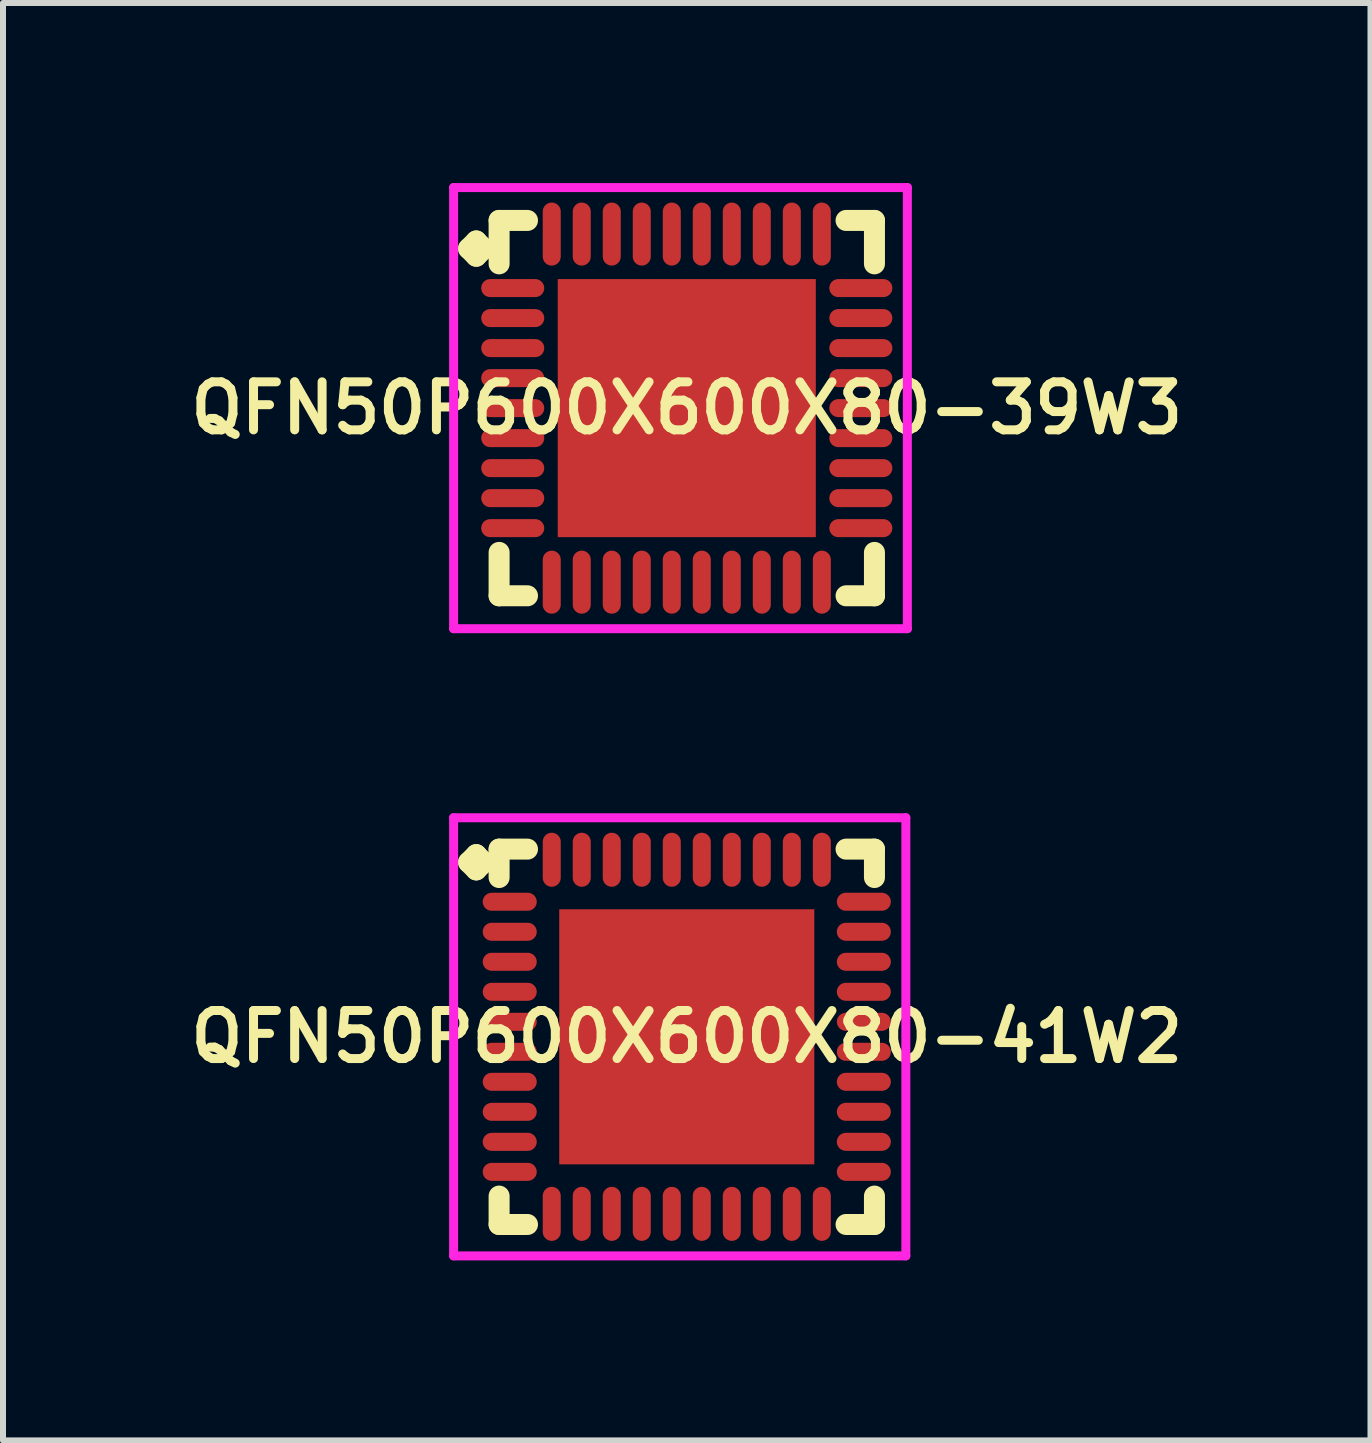
<source format=kicad_pcb>
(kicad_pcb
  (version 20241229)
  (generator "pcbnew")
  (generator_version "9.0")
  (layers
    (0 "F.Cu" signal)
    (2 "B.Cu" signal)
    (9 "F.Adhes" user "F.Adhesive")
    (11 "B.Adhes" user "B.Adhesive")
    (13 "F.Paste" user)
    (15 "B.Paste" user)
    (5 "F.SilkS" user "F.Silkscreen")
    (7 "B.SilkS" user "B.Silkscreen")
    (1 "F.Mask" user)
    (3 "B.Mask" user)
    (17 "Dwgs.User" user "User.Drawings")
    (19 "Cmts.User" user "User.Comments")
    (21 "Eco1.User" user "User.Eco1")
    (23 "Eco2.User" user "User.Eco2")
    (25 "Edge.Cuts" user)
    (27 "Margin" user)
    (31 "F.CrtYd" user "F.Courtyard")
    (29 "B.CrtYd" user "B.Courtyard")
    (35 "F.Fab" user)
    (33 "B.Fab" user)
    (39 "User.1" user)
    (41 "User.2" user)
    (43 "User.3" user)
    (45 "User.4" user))
  (footprint "QFN50P600X600X80-39W3"
    (layer "F.Cu")
    (at 8.393 3.75)
    (property "Reference" "QFN50P600X600X80-39W3" (at 0 0 0) (layer "F.SilkS") (effects (font (size 0.8 0.8) (thickness 0.15))))
    (attr smd)
    (fp_line (start -3.635 -2.658) (end -3.508 -2.785) (stroke (width 0.35) (type solid)) (layer "F.SilkS"))
    (fp_line (start -3.508 -2.785) (end -3.381 -2.658) (stroke (width 0.35) (type solid)) (layer "F.SilkS"))
    (fp_line (start -3.508 -2.531) (end -3.635 -2.658) (stroke (width 0.35) (type solid)) (layer "F.SilkS"))
    (fp_line (start -3.381 -2.658) (end -3.508 -2.531) (stroke (width 0.35) (type solid)) (layer "F.SilkS"))
    (fp_line (start -3.127 -3.127) (end -2.654 -3.127) (stroke (width 0.35) (type solid)) (layer "F.SilkS"))
    (fp_line (start -3.127 -2.404) (end -3.127 -3.127) (stroke (width 0.35) (type solid)) (layer "F.SilkS"))
    (fp_line (start -3.127 2.404) (end -3.127 3.127) (stroke (width 0.35) (type solid)) (layer "F.SilkS"))
    (fp_line (start -3.127 3.127) (end -2.654 3.127) (stroke (width 0.35) (type solid)) (layer "F.SilkS"))
    (fp_line (start 2.654 -3.127) (end 3.127 -3.127) (stroke (width 0.35) (type solid)) (layer "F.SilkS"))
    (fp_line (start 2.654 3.127) (end 3.127 3.127) (stroke (width 0.35) (type solid)) (layer "F.SilkS"))
    (fp_line (start 3.127 -3.127) (end 3.127 -2.404) (stroke (width 0.35) (type solid)) (layer "F.SilkS"))
    (fp_line (start 3.127 3.127) (end 3.127 2.404) (stroke (width 0.35) (type solid)) (layer "F.SilkS"))
    (fp_line (start -3.885 -3.675) (end 3.675 -3.675) (stroke (width 0.15) (type solid)) (layer "F.CrtYd"))
    (fp_line (start -3.885 3.675) (end -3.885 -3.675) (stroke (width 0.15) (type solid)) (layer "F.CrtYd"))
    (fp_line (start 3.675 -3.675) (end 3.675 3.675) (stroke (width 0.15) (type solid)) (layer "F.CrtYd"))
    (fp_line (start 3.675 3.675) (end -3.885 3.675) (stroke (width 0.15) (type solid)) (layer "F.CrtYd"))
    (pad "1" smd oval (at -2.9 -2) (size 1.05 0.3) (layers "F.Cu" "F.Mask" "F.Paste"))
    (pad "2" smd oval (at -2.9 -1.5) (size 1.05 0.3) (layers "F.Cu" "F.Mask" "F.Paste"))
    (pad "3" smd oval (at -2.9 -1) (size 1.05 0.3) (layers "F.Cu" "F.Mask" "F.Paste"))
    (pad "4" smd oval (at -2.9 -0.5) (size 1.05 0.3) (layers "F.Cu" "F.Mask" "F.Paste"))
    (pad "5" smd oval (at -2.9 0) (size 1.05 0.3) (layers "F.Cu" "F.Mask" "F.Paste"))
    (pad "6" smd oval (at -2.9 0.5) (size 1.05 0.3) (layers "F.Cu" "F.Mask" "F.Paste"))
    (pad "7" smd oval (at -2.9 1) (size 1.05 0.3) (layers "F.Cu" "F.Mask" "F.Paste"))
    (pad "8" smd oval (at -2.9 1.5) (size 1.05 0.3) (layers "F.Cu" "F.Mask" "F.Paste"))
    (pad "9" smd oval (at -2.9 2) (size 1.05 0.3) (layers "F.Cu" "F.Mask" "F.Paste"))
    (pad "10" smd oval (at -2.25 2.9) (size 0.3 1.05) (layers "F.Cu" "F.Mask" "F.Paste"))
    (pad "11" smd oval (at -1.75 2.9) (size 0.3 1.05) (layers "F.Cu" "F.Mask" "F.Paste"))
    (pad "12" smd oval (at -1.25 2.9) (size 0.3 1.05) (layers "F.Cu" "F.Mask" "F.Paste"))
    (pad "13" smd oval (at -0.75 2.9) (size 0.3 1.05) (layers "F.Cu" "F.Mask" "F.Paste"))
    (pad "14" smd oval (at -0.25 2.9) (size 0.3 1.05) (layers "F.Cu" "F.Mask" "F.Paste"))
    (pad "15" smd oval (at 0.25 2.9) (size 0.3 1.05) (layers "F.Cu" "F.Mask" "F.Paste"))
    (pad "16" smd oval (at 0.75 2.9) (size 0.3 1.05) (layers "F.Cu" "F.Mask" "F.Paste"))
    (pad "17" smd oval (at 1.25 2.9) (size 0.3 1.05) (layers "F.Cu" "F.Mask" "F.Paste"))
    (pad "18" smd oval (at 1.75 2.9) (size 0.3 1.05) (layers "F.Cu" "F.Mask" "F.Paste"))
    (pad "19" smd oval (at 2.25 2.9) (size 0.3 1.05) (layers "F.Cu" "F.Mask" "F.Paste"))
    (pad "20" smd oval (at 2.9 2) (size 1.05 0.3) (layers "F.Cu" "F.Mask" "F.Paste"))
    (pad "21" smd oval (at 2.9 1.5) (size 1.05 0.3) (layers "F.Cu" "F.Mask" "F.Paste"))
    (pad "22" smd oval (at 2.9 1) (size 1.05 0.3) (layers "F.Cu" "F.Mask" "F.Paste"))
    (pad "23" smd oval (at 2.9 0.5) (size 1.05 0.3) (layers "F.Cu" "F.Mask" "F.Paste"))
    (pad "24" smd oval (at 2.9 0) (size 1.05 0.3) (layers "F.Cu" "F.Mask" "F.Paste"))
    (pad "25" smd oval (at 2.9 -0.5) (size 1.05 0.3) (layers "F.Cu" "F.Mask" "F.Paste"))
    (pad "26" smd oval (at 2.9 -1) (size 1.05 0.3) (layers "F.Cu" "F.Mask" "F.Paste"))
    (pad "27" smd oval (at 2.9 -1.5) (size 1.05 0.3) (layers "F.Cu" "F.Mask" "F.Paste"))
    (pad "28" smd oval (at 2.9 -2) (size 1.05 0.3) (layers "F.Cu" "F.Mask" "F.Paste"))
    (pad "29" smd oval (at 2.25 -2.9) (size 0.3 1.05) (layers "F.Cu" "F.Mask" "F.Paste"))
    (pad "30" smd oval (at 1.75 -2.9) (size 0.3 1.05) (layers "F.Cu" "F.Mask" "F.Paste"))
    (pad "31" smd oval (at 1.25 -2.9) (size 0.3 1.05) (layers "F.Cu" "F.Mask" "F.Paste"))
    (pad "32" smd oval (at 0.75 -2.9) (size 0.3 1.05) (layers "F.Cu" "F.Mask" "F.Paste"))
    (pad "33" smd oval (at 0.25 -2.9) (size 0.3 1.05) (layers "F.Cu" "F.Mask" "F.Paste"))
    (pad "34" smd oval (at -0.25 -2.9) (size 0.3 1.05) (layers "F.Cu" "F.Mask" "F.Paste"))
    (pad "35" smd oval (at -0.75 -2.9) (size 0.3 1.05) (layers "F.Cu" "F.Mask" "F.Paste"))
    (pad "36" smd oval (at -1.25 -2.9) (size 0.3 1.05) (layers "F.Cu" "F.Mask" "F.Paste"))
    (pad "37" smd oval (at -1.75 -2.9) (size 0.3 1.05) (layers "F.Cu" "F.Mask" "F.Paste"))
    (pad "38" smd oval (at -2.25 -2.9) (size 0.3 1.05) (layers "F.Cu" "F.Mask" "F.Paste"))
    (pad "39" smd rect (at 0 0) (size 4.3 4.3) (layers "F.Cu" "F.Mask" "F.Paste")))
  (footprint "QFN50P600X600X80-41W2"
    (layer "F.Cu")
    (at 8.393 14.225)
    (property "Reference" "QFN50P600X600X80-41W2" (at 0 0 0) (layer "F.SilkS") (effects (font (size 0.8 0.8) (thickness 0.15))))
    (attr smd)
    (fp_line (start -3.635 -2.908) (end -3.508 -3.035) (stroke (width 0.35) (type solid)) (layer "F.SilkS"))
    (fp_line (start -3.508 -3.035) (end -3.381 -2.908) (stroke (width 0.35) (type solid)) (layer "F.SilkS"))
    (fp_line (start -3.508 -2.781) (end -3.635 -2.908) (stroke (width 0.35) (type solid)) (layer "F.SilkS"))
    (fp_line (start -3.381 -2.908) (end -3.508 -2.781) (stroke (width 0.35) (type solid)) (layer "F.SilkS"))
    (fp_line (start -3.127 -3.127) (end -2.654 -3.127) (stroke (width 0.35) (type solid)) (layer "F.SilkS"))
    (fp_line (start -3.127 -2.654) (end -3.127 -3.127) (stroke (width 0.35) (type solid)) (layer "F.SilkS"))
    (fp_line (start -3.127 2.654) (end -3.127 3.127) (stroke (width 0.35) (type solid)) (layer "F.SilkS"))
    (fp_line (start -3.127 3.127) (end -2.654 3.127) (stroke (width 0.35) (type solid)) (layer "F.SilkS"))
    (fp_line (start 2.654 -3.127) (end 3.127 -3.127) (stroke (width 0.35) (type solid)) (layer "F.SilkS"))
    (fp_line (start 2.654 3.127) (end 3.127 3.127) (stroke (width 0.35) (type solid)) (layer "F.SilkS"))
    (fp_line (start 3.127 -3.127) (end 3.127 -2.654) (stroke (width 0.35) (type solid)) (layer "F.SilkS"))
    (fp_line (start 3.127 3.127) (end 3.127 2.654) (stroke (width 0.35) (type solid)) (layer "F.SilkS"))
    (fp_line (start -3.885 -3.65) (end 3.65 -3.65) (stroke (width 0.15) (type solid)) (layer "F.CrtYd"))
    (fp_line (start -3.885 3.65) (end -3.885 -3.65) (stroke (width 0.15) (type solid)) (layer "F.CrtYd"))
    (fp_line (start 3.65 -3.65) (end 3.65 3.65) (stroke (width 0.15) (type solid)) (layer "F.CrtYd"))
    (fp_line (start 3.65 3.65) (end -3.885 3.65) (stroke (width 0.15) (type solid)) (layer "F.CrtYd"))
    (pad "1" smd oval (at -2.95 -2.25) (size 0.9 0.3) (layers "F.Cu" "F.Mask" "F.Paste"))
    (pad "2" smd oval (at -2.95 -1.75) (size 0.9 0.3) (layers "F.Cu" "F.Mask" "F.Paste"))
    (pad "3" smd oval (at -2.95 -1.25) (size 0.9 0.3) (layers "F.Cu" "F.Mask" "F.Paste"))
    (pad "4" smd oval (at -2.95 -0.75) (size 0.9 0.3) (layers "F.Cu" "F.Mask" "F.Paste"))
    (pad "5" smd oval (at -2.95 -0.25) (size 0.9 0.3) (layers "F.Cu" "F.Mask" "F.Paste"))
    (pad "6" smd oval (at -2.95 0.25) (size 0.9 0.3) (layers "F.Cu" "F.Mask" "F.Paste"))
    (pad "7" smd oval (at -2.95 0.75) (size 0.9 0.3) (layers "F.Cu" "F.Mask" "F.Paste"))
    (pad "8" smd oval (at -2.95 1.25) (size 0.9 0.3) (layers "F.Cu" "F.Mask" "F.Paste"))
    (pad "9" smd oval (at -2.95 1.75) (size 0.9 0.3) (layers "F.Cu" "F.Mask" "F.Paste"))
    (pad "10" smd oval (at -2.95 2.25) (size 0.9 0.3) (layers "F.Cu" "F.Mask" "F.Paste"))
    (pad "11" smd oval (at -2.25 2.95) (size 0.3 0.9) (layers "F.Cu" "F.Mask" "F.Paste"))
    (pad "12" smd oval (at -1.75 2.95) (size 0.3 0.9) (layers "F.Cu" "F.Mask" "F.Paste"))
    (pad "13" smd oval (at -1.25 2.95) (size 0.3 0.9) (layers "F.Cu" "F.Mask" "F.Paste"))
    (pad "14" smd oval (at -0.75 2.95) (size 0.3 0.9) (layers "F.Cu" "F.Mask" "F.Paste"))
    (pad "15" smd oval (at -0.25 2.95) (size 0.3 0.9) (layers "F.Cu" "F.Mask" "F.Paste"))
    (pad "16" smd oval (at 0.25 2.95) (size 0.3 0.9) (layers "F.Cu" "F.Mask" "F.Paste"))
    (pad "17" smd oval (at 0.75 2.95) (size 0.3 0.9) (layers "F.Cu" "F.Mask" "F.Paste"))
    (pad "18" smd oval (at 1.25 2.95) (size 0.3 0.9) (layers "F.Cu" "F.Mask" "F.Paste"))
    (pad "19" smd oval (at 1.75 2.95) (size 0.3 0.9) (layers "F.Cu" "F.Mask" "F.Paste"))
    (pad "20" smd oval (at 2.25 2.95) (size 0.3 0.9) (layers "F.Cu" "F.Mask" "F.Paste"))
    (pad "21" smd oval (at 2.95 2.25) (size 0.9 0.3) (layers "F.Cu" "F.Mask" "F.Paste"))
    (pad "22" smd oval (at 2.95 1.75) (size 0.9 0.3) (layers "F.Cu" "F.Mask" "F.Paste"))
    (pad "23" smd oval (at 2.95 1.25) (size 0.9 0.3) (layers "F.Cu" "F.Mask" "F.Paste"))
    (pad "24" smd oval (at 2.95 0.75) (size 0.9 0.3) (layers "F.Cu" "F.Mask" "F.Paste"))
    (pad "25" smd oval (at 2.95 0.25) (size 0.9 0.3) (layers "F.Cu" "F.Mask" "F.Paste"))
    (pad "26" smd oval (at 2.95 -0.25) (size 0.9 0.3) (layers "F.Cu" "F.Mask" "F.Paste"))
    (pad "27" smd oval (at 2.95 -0.75) (size 0.9 0.3) (layers "F.Cu" "F.Mask" "F.Paste"))
    (pad "28" smd oval (at 2.95 -1.25) (size 0.9 0.3) (layers "F.Cu" "F.Mask" "F.Paste"))
    (pad "29" smd oval (at 2.95 -1.75) (size 0.9 0.3) (layers "F.Cu" "F.Mask" "F.Paste"))
    (pad "30" smd oval (at 2.95 -2.25) (size 0.9 0.3) (layers "F.Cu" "F.Mask" "F.Paste"))
    (pad "31" smd oval (at 2.25 -2.95) (size 0.3 0.9) (layers "F.Cu" "F.Mask" "F.Paste"))
    (pad "32" smd oval (at 1.75 -2.95) (size 0.3 0.9) (layers "F.Cu" "F.Mask" "F.Paste"))
    (pad "33" smd oval (at 1.25 -2.95) (size 0.3 0.9) (layers "F.Cu" "F.Mask" "F.Paste"))
    (pad "34" smd oval (at 0.75 -2.95) (size 0.3 0.9) (layers "F.Cu" "F.Mask" "F.Paste"))
    (pad "35" smd oval (at 0.25 -2.95) (size 0.3 0.9) (layers "F.Cu" "F.Mask" "F.Paste"))
    (pad "36" smd oval (at -0.25 -2.95) (size 0.3 0.9) (layers "F.Cu" "F.Mask" "F.Paste"))
    (pad "37" smd oval (at -0.75 -2.95) (size 0.3 0.9) (layers "F.Cu" "F.Mask" "F.Paste"))
    (pad "38" smd oval (at -1.25 -2.95) (size 0.3 0.9) (layers "F.Cu" "F.Mask" "F.Paste"))
    (pad "39" smd oval (at -1.75 -2.95) (size 0.3 0.9) (layers "F.Cu" "F.Mask" "F.Paste"))
    (pad "40" smd oval (at -2.25 -2.95) (size 0.3 0.9) (layers "F.Cu" "F.Mask" "F.Paste"))
    (pad "41" smd rect (at 0 0) (size 4.25 4.25) (layers "F.Cu" "F.Mask" "F.Paste")))
  (gr_rect
    (start -3 -3)
    (end 19.785 20.95)
    (stroke (width 0.1) (type default))
    (fill no)
    (layer "Edge.Cuts")))
</source>
